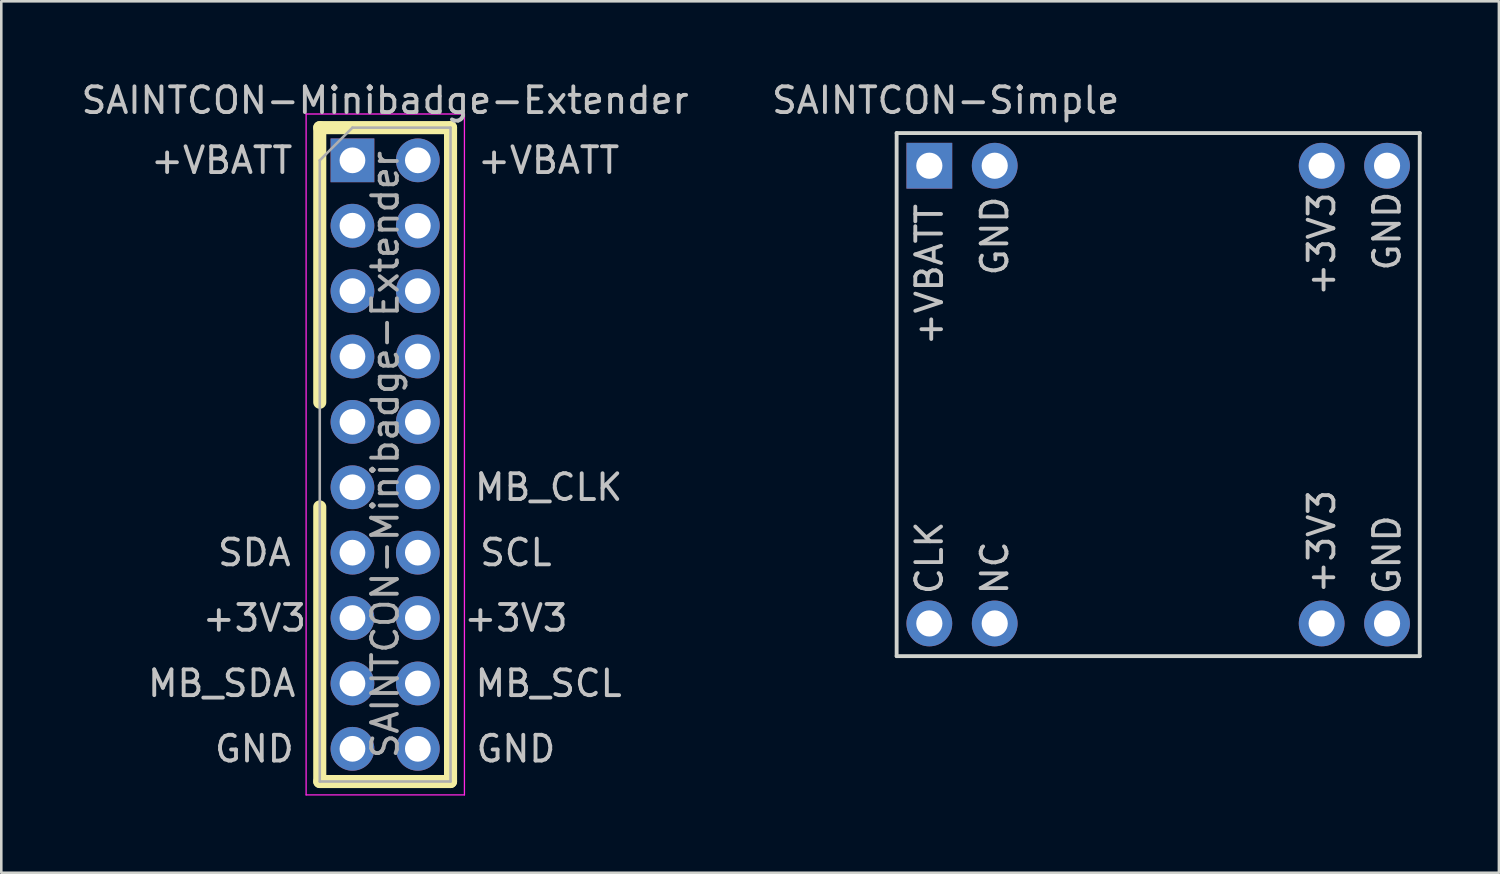
<source format=kicad_pcb>
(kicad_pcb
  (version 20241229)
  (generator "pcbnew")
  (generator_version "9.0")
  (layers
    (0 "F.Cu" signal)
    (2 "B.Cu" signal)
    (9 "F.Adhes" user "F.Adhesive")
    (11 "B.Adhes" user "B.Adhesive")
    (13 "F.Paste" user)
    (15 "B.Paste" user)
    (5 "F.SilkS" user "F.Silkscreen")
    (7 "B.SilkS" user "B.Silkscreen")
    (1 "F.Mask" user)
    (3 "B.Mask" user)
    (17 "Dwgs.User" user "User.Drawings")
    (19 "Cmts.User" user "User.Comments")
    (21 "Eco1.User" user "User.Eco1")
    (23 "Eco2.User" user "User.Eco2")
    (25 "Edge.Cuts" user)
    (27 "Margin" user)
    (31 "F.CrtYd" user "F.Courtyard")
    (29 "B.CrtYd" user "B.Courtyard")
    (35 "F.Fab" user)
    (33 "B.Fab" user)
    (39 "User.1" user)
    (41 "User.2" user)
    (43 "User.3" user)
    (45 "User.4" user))
  (footprint "SAINTCON-Minibadge-Extender"
    (layer "F.Cu")
    (at 10.641 3.178)
    (property "Reference" "SAINTCON-Minibadge-Extender" (at 1.27 -2.33 0) (layer "Dwgs.User") (effects (font (size 1 1) (thickness 0.15))))
    (attr through_hole)
    (fp_line (start -1.27 -1.27) (end -1.27 9.398) (stroke (width 0.508) (type solid)) (layer "F.SilkS"))
    (fp_line (start -1.27 24.13) (end -1.27 13.462) (stroke (width 0.508) (type solid)) (layer "F.SilkS"))
    (fp_line (start 3.81 -1.27) (end -1.27 -1.27) (stroke (width 0.508) (type solid)) (layer "F.SilkS"))
    (fp_line (start 3.81 -1.27) (end 3.81 24.13) (stroke (width 0.508) (type solid)) (layer "F.SilkS"))
    (fp_line (start 3.81 24.13) (end -1.27 24.13) (stroke (width 0.508) (type solid)) (layer "F.SilkS"))
    (fp_line (start -1.8 -1.8) (end -1.8 24.65) (stroke (width 0.05) (type solid)) (layer "F.CrtYd"))
    (fp_line (start -1.8 24.65) (end 4.35 24.65) (stroke (width 0.05) (type solid)) (layer "F.CrtYd"))
    (fp_line (start 4.35 -1.8) (end -1.8 -1.8) (stroke (width 0.05) (type solid)) (layer "F.CrtYd"))
    (fp_line (start 4.35 24.65) (end 4.35 -1.8) (stroke (width 0.05) (type solid)) (layer "F.CrtYd"))
    (fp_line (start -1.27 0) (end 0 -1.27) (stroke (width 0.1) (type solid)) (layer "F.Fab"))
    (fp_line (start -1.27 24.13) (end -1.27 0) (stroke (width 0.1) (type solid)) (layer "F.Fab"))
    (fp_line (start 0 -1.27) (end 3.81 -1.27) (stroke (width 0.1) (type solid)) (layer "F.Fab"))
    (fp_line (start 3.81 -1.27) (end 3.81 24.13) (stroke (width 0.1) (type solid)) (layer "F.Fab"))
    (fp_line (start 3.81 24.13) (end -1.27 24.13) (stroke (width 0.1) (type solid)) (layer "F.Fab"))
    (fp_text user "GND" (at -3.81 22.86 0) (layer "Dwgs.User") (effects (font (size 1 1) (thickness 0.15))))
    (fp_text user "+3V3" (at -3.81 17.78 0) (layer "Dwgs.User") (effects (font (size 1 1) (thickness 0.15))))
    (fp_text user "SDA" (at -3.81 15.24 0) (layer "Dwgs.User") (effects (font (size 1 1) (thickness 0.15))))
    (fp_text user "+3V3" (at 6.35 17.78 0) (layer "Dwgs.User") (effects (font (size 1 1) (thickness 0.15))))
    (fp_text user "SCL" (at 6.35 15.24 0) (layer "Dwgs.User") (effects (font (size 1 1) (thickness 0.15))))
    (fp_text user "+VBATT" (at 7.62 0 0) (layer "Dwgs.User") (effects (font (size 1 1) (thickness 0.15))))
    (fp_text user "MB_SCL" (at 7.62 20.32 0) (layer "Dwgs.User") (effects (font (size 1 1) (thickness 0.15))))
    (fp_text user "MB_CLK" (at 7.62 12.7 0) (layer "Dwgs.User") (effects (font (size 1 1) (thickness 0.15))))
    (fp_text user "GND" (at 6.35 22.86 0) (layer "Dwgs.User") (effects (font (size 1 1) (thickness 0.15))))
    (fp_text user "MB_SDA" (at -5.08 20.32 0) (layer "Dwgs.User") (effects (font (size 1 1) (thickness 0.15))))
    (fp_text user "+VBATT" (at -5.08 0 0) (layer "Dwgs.User") (effects (font (size 1 1) (thickness 0.15))))
    (fp_text user "${REFERENCE}" (at 1.27 11.43 270) (layer "F.Fab") (effects (font (size 1 1) (thickness 0.15))))
    (pad "1" thru_hole rect (at 0 0) (size 1.7 1.7) (drill 1) (layers "*.Cu" "*.Mask"))
    (pad "2" thru_hole oval (at 2.54 0) (size 1.7 1.7) (drill 1) (layers "*.Cu" "*.Mask"))
    (pad "3" thru_hole oval (at 0 2.54) (size 1.7 1.7) (drill 1) (layers "*.Cu" "*.Mask"))
    (pad "4" thru_hole oval (at 2.54 2.54) (size 1.7 1.7) (drill 1) (layers "*.Cu" "*.Mask"))
    (pad "5" thru_hole oval (at 0 5.08) (size 1.7 1.7) (drill 1) (layers "*.Cu" "*.Mask"))
    (pad "6" thru_hole oval (at 2.54 5.08) (size 1.7 1.7) (drill 1) (layers "*.Cu" "*.Mask"))
    (pad "7" thru_hole oval (at 0 7.62) (size 1.7 1.7) (drill 1) (layers "*.Cu" "*.Mask"))
    (pad "8" thru_hole oval (at 2.54 7.62) (size 1.7 1.7) (drill 1) (layers "*.Cu" "*.Mask"))
    (pad "9" thru_hole oval (at 0 10.16) (size 1.7 1.7) (drill 1) (layers "*.Cu" "*.Mask"))
    (pad "10" thru_hole oval (at 2.54 10.16) (size 1.7 1.7) (drill 1) (layers "*.Cu" "*.Mask"))
    (pad "11" thru_hole oval (at 0 12.7) (size 1.7 1.7) (drill 1) (layers "*.Cu" "*.Mask"))
    (pad "12" thru_hole oval (at 2.54 12.7) (size 1.7 1.7) (drill 1) (layers "*.Cu" "*.Mask"))
    (pad "13" thru_hole oval (at 0 15.24) (size 1.7 1.7) (drill 1) (layers "*.Cu" "*.Mask"))
    (pad "14" thru_hole oval (at 2.54 15.24) (size 1.7 1.7) (drill 1) (layers "*.Cu" "*.Mask"))
    (pad "15" thru_hole oval (at 0 17.78) (size 1.7 1.7) (drill 1) (layers "*.Cu" "*.Mask"))
    (pad "16" thru_hole oval (at 2.54 17.78) (size 1.7 1.7) (drill 1) (layers "*.Cu" "*.Mask"))
    (pad "17" thru_hole oval (at 0 20.32) (size 1.7 1.7) (drill 1) (layers "*.Cu" "*.Mask"))
    (pad "18" thru_hole oval (at 2.54 20.32) (size 1.7 1.7) (drill 1) (layers "*.Cu" "*.Mask"))
    (pad "19" thru_hole oval (at 0 22.86) (size 1.7 1.7) (drill 1) (layers "*.Cu" "*.Mask"))
    (pad "20" thru_hole oval (at 2.54 22.86) (size 1.7 1.7) (drill 1) (layers "*.Cu" "*.Mask")))
  (footprint "SAINTCON-Simple"
    (layer "F.Cu")
    (at 31.78 2.118)
    (property "Reference" "SAINTCON-Simple" (at 1.905 -1.27 0) (layer "Dwgs.User") (effects (font (size 1 1) (thickness 0.15))))
    (attr through_hole)
    (fp_line (start 0 0) (end 0 20.32) (stroke (width 0.15) (type solid)) (layer "Edge.Cuts"))
    (fp_line (start 0 20.32) (end 20.32 20.32) (stroke (width 0.15) (type solid)) (layer "Edge.Cuts"))
    (fp_line (start 20.32 0) (end 0 0) (stroke (width 0.15) (type solid)) (layer "Edge.Cuts"))
    (fp_line (start 20.32 20.32) (end 20.32 0) (stroke (width 0.15) (type solid)) (layer "Edge.Cuts"))
    (fp_text user "GND" (at 19.05 16.383 90) (layer "Dwgs.User") (effects (font (size 1 1) (thickness 0.15))))
    (fp_text user "+VBATT" (at 1.27 5.5 90) (layer "Dwgs.User") (effects (font (size 1 1) (thickness 0.15))))
    (fp_text user "GND" (at 19.05 3.81 90) (layer "Dwgs.User") (effects (font (size 1 1) (thickness 0.15))))
    (fp_text user "+3V3" (at 16.51 4.318 90) (layer "Dwgs.User") (effects (font (size 1 1) (thickness 0.15))))
    (fp_text user "NC" (at 3.81 16.891 90) (layer "Dwgs.User") (effects (font (size 1 1) (thickness 0.15))))
    (fp_text user "CLK" (at 1.27 16.5 90) (layer "Dwgs.User") (effects (font (size 1 1) (thickness 0.15))))
    (fp_text user "GND" (at 3.81 4 90) (layer "Dwgs.User") (effects (font (size 1 1) (thickness 0.15))))
    (fp_text user "+3V3" (at 16.51 15.875 90) (layer "Dwgs.User") (effects (font (size 1 1) (thickness 0.15))))
    (pad "1" thru_hole rect (at 1.27 1.27 90) (size 1.778 1.778) (drill 1.016) (layers "*.Cu" "*.Mask"))
    (pad "2" thru_hole circle (at 3.81 1.27 90) (size 1.778 1.778) (drill 1.016) (layers "*.Cu" "*.Mask"))
    (pad "7" thru_hole circle (at 16.51 1.27 90) (size 1.778 1.778) (drill 1.016) (layers "*.Cu" "*.Mask"))
    (pad "8" thru_hole circle (at 19.05 1.27 90) (size 1.778 1.778) (drill 1.016) (layers "*.Cu" "*.Mask"))
    (pad "9" thru_hole circle (at 1.27 19.05 90) (size 1.778 1.778) (drill 1.016) (layers "*.Cu" "*.Mask"))
    (pad "10" thru_hole circle (at 3.81 19.05 90) (size 1.778 1.778) (drill 1.016) (layers "*.Cu" "*.Mask"))
    (pad "15" thru_hole circle (at 16.51 19.05 90) (size 1.778 1.778) (drill 1.016) (layers "*.Cu" "*.Mask"))
    (pad "16" thru_hole circle (at 19.05 19.05 90) (size 1.778 1.778) (drill 1.016) (layers "*.Cu" "*.Mask")))
  (gr_rect
    (start -3 -3)
    (end 55.175 30.853)
    (stroke (width 0.1) (type default))
    (fill no)
    (layer "Edge.Cuts")))
</source>
